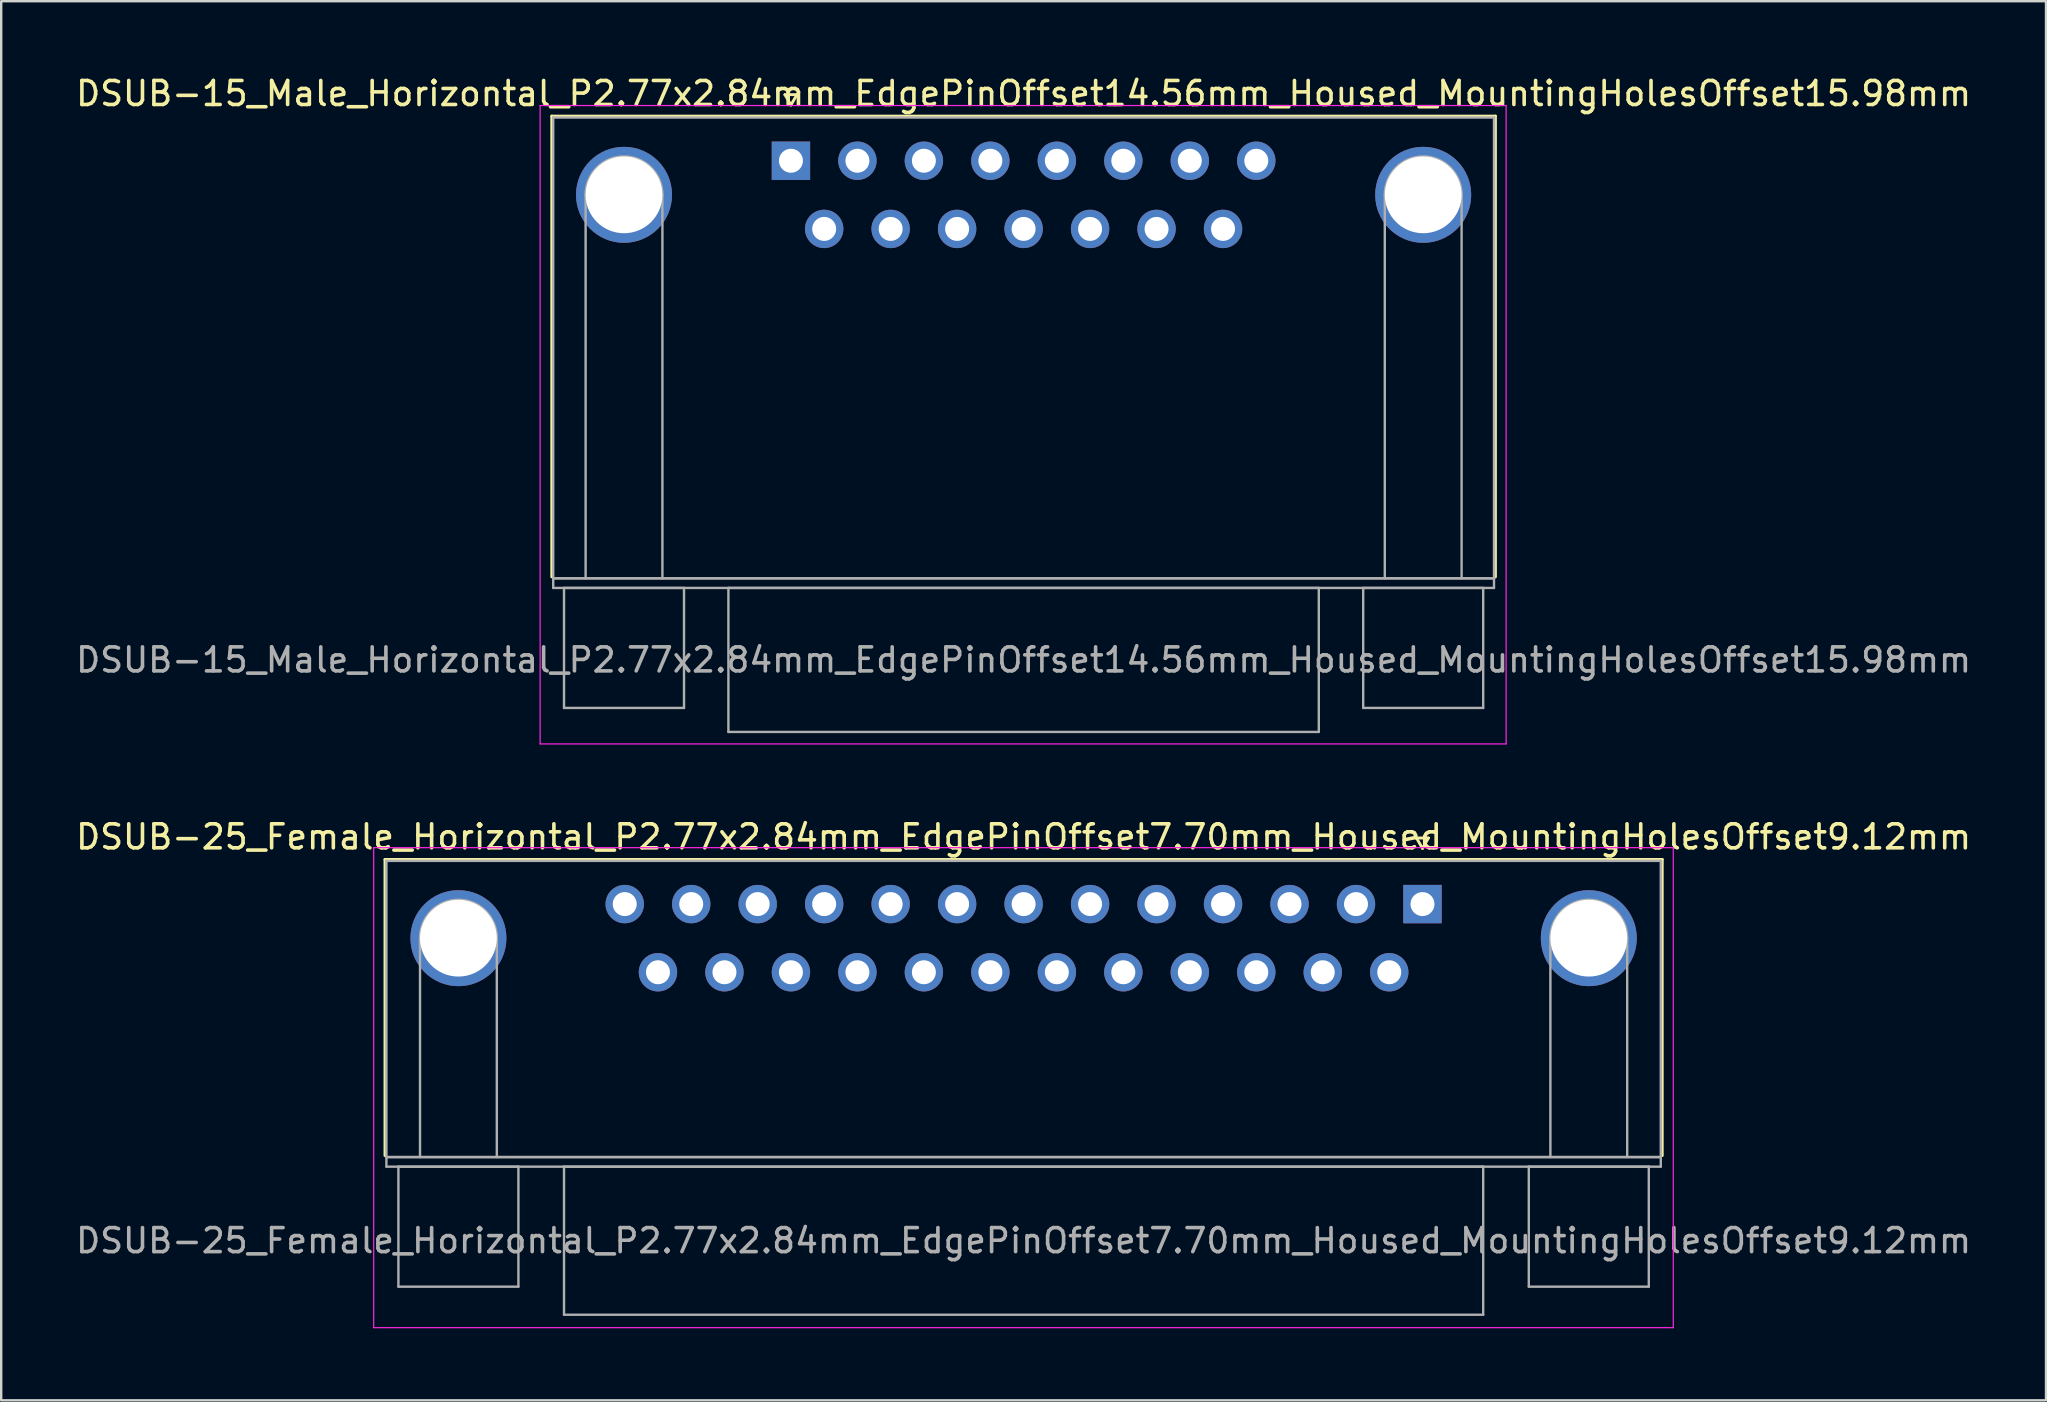
<source format=kicad_pcb>
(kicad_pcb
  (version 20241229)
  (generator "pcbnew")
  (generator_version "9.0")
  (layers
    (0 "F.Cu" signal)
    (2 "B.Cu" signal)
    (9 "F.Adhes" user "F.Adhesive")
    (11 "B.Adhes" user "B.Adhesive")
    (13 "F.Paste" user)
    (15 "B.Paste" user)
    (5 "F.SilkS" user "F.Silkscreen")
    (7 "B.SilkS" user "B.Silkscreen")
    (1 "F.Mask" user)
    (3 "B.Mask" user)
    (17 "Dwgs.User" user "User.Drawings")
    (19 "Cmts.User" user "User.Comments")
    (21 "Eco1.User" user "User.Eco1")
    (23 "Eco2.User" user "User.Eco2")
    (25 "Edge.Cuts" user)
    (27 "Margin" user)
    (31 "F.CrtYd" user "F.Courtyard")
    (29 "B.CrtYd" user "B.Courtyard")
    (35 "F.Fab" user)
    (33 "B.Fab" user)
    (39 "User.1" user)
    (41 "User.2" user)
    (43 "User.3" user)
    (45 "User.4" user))
  (footprint "DSUB-25_Female_Horizontal_P2.77x2.84mm_EdgePinOffset7.70mm_Housed_MountingHolesOffset9.12mm"
    (layer "F.Cu")
    (at 56.221 34.621)
    (property "Reference" "DSUB-25_Female_Horizontal_P2.77x2.84mm_EdgePinOffset7.70mm_Housed_MountingHolesOffset9.12mm" (at -16.62 -2.8 0) (layer "F.SilkS") (effects (font (size 1 1) (thickness 0.15))))
    (attr through_hole)
    (fp_line (start -43.23 -1.86) (end 9.99 -1.86) (stroke (width 0.12) (type solid)) (layer "F.SilkS"))
    (fp_line (start -43.23 10.48) (end -43.23 -1.86) (stroke (width 0.12) (type solid)) (layer "F.SilkS"))
    (fp_line (start -0.25 -2.754) (end 0.25 -2.754) (stroke (width 0.12) (type solid)) (layer "F.SilkS"))
    (fp_line (start 0 -2.321) (end -0.25 -2.754) (stroke (width 0.12) (type solid)) (layer "F.SilkS"))
    (fp_line (start 0.25 -2.754) (end 0 -2.321) (stroke (width 0.12) (type solid)) (layer "F.SilkS"))
    (fp_line (start 9.99 -1.86) (end 9.99 10.48) (stroke (width 0.12) (type solid)) (layer "F.SilkS"))
    (fp_line (start -43.7 -2.35) (end -43.7 17.65) (stroke (width 0.05) (type solid)) (layer "F.CrtYd"))
    (fp_line (start -43.7 17.65) (end 10.45 17.65) (stroke (width 0.05) (type solid)) (layer "F.CrtYd"))
    (fp_line (start 10.45 -2.35) (end -43.7 -2.35) (stroke (width 0.05) (type solid)) (layer "F.CrtYd"))
    (fp_line (start 10.45 17.65) (end 10.45 -2.35) (stroke (width 0.05) (type solid)) (layer "F.CrtYd"))
    (fp_line (start -43.17 -1.8) (end -43.17 10.54) (stroke (width 0.1) (type solid)) (layer "F.Fab"))
    (fp_line (start -43.17 10.54) (end -43.17 10.94) (stroke (width 0.1) (type solid)) (layer "F.Fab"))
    (fp_line (start -43.17 10.54) (end 9.93 10.54) (stroke (width 0.1) (type solid)) (layer "F.Fab"))
    (fp_line (start -43.17 10.94) (end 9.93 10.94) (stroke (width 0.1) (type solid)) (layer "F.Fab"))
    (fp_line (start -42.67 10.94) (end -42.67 15.94) (stroke (width 0.1) (type solid)) (layer "F.Fab"))
    (fp_line (start -42.67 15.94) (end -37.67 15.94) (stroke (width 0.1) (type solid)) (layer "F.Fab"))
    (fp_line (start -41.77 10.54) (end -41.77 1.42) (stroke (width 0.1) (type solid)) (layer "F.Fab"))
    (fp_line (start -38.57 10.54) (end -38.57 1.42) (stroke (width 0.1) (type solid)) (layer "F.Fab"))
    (fp_line (start -37.67 10.94) (end -42.67 10.94) (stroke (width 0.1) (type solid)) (layer "F.Fab"))
    (fp_line (start -37.67 15.94) (end -37.67 10.94) (stroke (width 0.1) (type solid)) (layer "F.Fab"))
    (fp_line (start -35.77 10.94) (end -35.77 17.11) (stroke (width 0.1) (type solid)) (layer "F.Fab"))
    (fp_line (start -35.77 17.11) (end 2.53 17.11) (stroke (width 0.1) (type solid)) (layer "F.Fab"))
    (fp_line (start 2.53 10.94) (end -35.77 10.94) (stroke (width 0.1) (type solid)) (layer "F.Fab"))
    (fp_line (start 2.53 17.11) (end 2.53 10.94) (stroke (width 0.1) (type solid)) (layer "F.Fab"))
    (fp_line (start 4.43 10.94) (end 4.43 15.94) (stroke (width 0.1) (type solid)) (layer "F.Fab"))
    (fp_line (start 4.43 15.94) (end 9.43 15.94) (stroke (width 0.1) (type solid)) (layer "F.Fab"))
    (fp_line (start 5.33 10.54) (end 5.33 1.42) (stroke (width 0.1) (type solid)) (layer "F.Fab"))
    (fp_line (start 8.53 10.54) (end 8.53 1.42) (stroke (width 0.1) (type solid)) (layer "F.Fab"))
    (fp_line (start 9.43 10.94) (end 4.43 10.94) (stroke (width 0.1) (type solid)) (layer "F.Fab"))
    (fp_line (start 9.43 15.94) (end 9.43 10.94) (stroke (width 0.1) (type solid)) (layer "F.Fab"))
    (fp_line (start 9.93 -1.8) (end -43.17 -1.8) (stroke (width 0.1) (type solid)) (layer "F.Fab"))
    (fp_line (start 9.93 10.54) (end -43.17 10.54) (stroke (width 0.1) (type solid)) (layer "F.Fab"))
    (fp_line (start 9.93 10.54) (end 9.93 -1.8) (stroke (width 0.1) (type solid)) (layer "F.Fab"))
    (fp_line (start 9.93 10.94) (end 9.93 10.54) (stroke (width 0.1) (type solid)) (layer "F.Fab"))
    (fp_arc (start -41.77 1.42) (mid -40.17 -0.18) (end -38.57 1.42) (stroke (width 0.1) (type solid)) (layer "F.Fab"))
    (fp_arc (start 5.33 1.42) (mid 6.93 -0.18) (end 8.53 1.42) (stroke (width 0.1) (type solid)) (layer "F.Fab"))
    (fp_text user "${REFERENCE}" (at -16.62 14.025 0) (layer "F.Fab") (effects (font (size 1 1) (thickness 0.15))))
    (pad "0" thru_hole circle (at -40.17 1.42) (size 4 4) (drill 3.2) (layers "*.Cu" "*.Mask"))
    (pad "0" thru_hole circle (at 6.93 1.42) (size 4 4) (drill 3.2) (layers "*.Cu" "*.Mask"))
    (pad "1" thru_hole rect (at 0 0) (size 1.6 1.6) (drill 1) (layers "*.Cu" "*.Mask"))
    (pad "2" thru_hole circle (at -2.77 0) (size 1.6 1.6) (drill 1) (layers "*.Cu" "*.Mask"))
    (pad "3" thru_hole circle (at -5.54 0) (size 1.6 1.6) (drill 1) (layers "*.Cu" "*.Mask"))
    (pad "4" thru_hole circle (at -8.31 0) (size 1.6 1.6) (drill 1) (layers "*.Cu" "*.Mask"))
    (pad "5" thru_hole circle (at -11.08 0) (size 1.6 1.6) (drill 1) (layers "*.Cu" "*.Mask"))
    (pad "6" thru_hole circle (at -13.85 0) (size 1.6 1.6) (drill 1) (layers "*.Cu" "*.Mask"))
    (pad "7" thru_hole circle (at -16.62 0) (size 1.6 1.6) (drill 1) (layers "*.Cu" "*.Mask"))
    (pad "8" thru_hole circle (at -19.39 0) (size 1.6 1.6) (drill 1) (layers "*.Cu" "*.Mask"))
    (pad "9" thru_hole circle (at -22.16 0) (size 1.6 1.6) (drill 1) (layers "*.Cu" "*.Mask"))
    (pad "10" thru_hole circle (at -24.93 0) (size 1.6 1.6) (drill 1) (layers "*.Cu" "*.Mask"))
    (pad "11" thru_hole circle (at -27.7 0) (size 1.6 1.6) (drill 1) (layers "*.Cu" "*.Mask"))
    (pad "12" thru_hole circle (at -30.47 0) (size 1.6 1.6) (drill 1) (layers "*.Cu" "*.Mask"))
    (pad "13" thru_hole circle (at -33.24 0) (size 1.6 1.6) (drill 1) (layers "*.Cu" "*.Mask"))
    (pad "14" thru_hole circle (at -1.385 2.84) (size 1.6 1.6) (drill 1) (layers "*.Cu" "*.Mask"))
    (pad "15" thru_hole circle (at -4.155 2.84) (size 1.6 1.6) (drill 1) (layers "*.Cu" "*.Mask"))
    (pad "16" thru_hole circle (at -6.925 2.84) (size 1.6 1.6) (drill 1) (layers "*.Cu" "*.Mask"))
    (pad "17" thru_hole circle (at -9.695 2.84) (size 1.6 1.6) (drill 1) (layers "*.Cu" "*.Mask"))
    (pad "18" thru_hole circle (at -12.465 2.84) (size 1.6 1.6) (drill 1) (layers "*.Cu" "*.Mask"))
    (pad "19" thru_hole circle (at -15.235 2.84) (size 1.6 1.6) (drill 1) (layers "*.Cu" "*.Mask"))
    (pad "20" thru_hole circle (at -18.005 2.84) (size 1.6 1.6) (drill 1) (layers "*.Cu" "*.Mask"))
    (pad "21" thru_hole circle (at -20.775 2.84) (size 1.6 1.6) (drill 1) (layers "*.Cu" "*.Mask"))
    (pad "22" thru_hole circle (at -23.545 2.84) (size 1.6 1.6) (drill 1) (layers "*.Cu" "*.Mask"))
    (pad "23" thru_hole circle (at -26.315 2.84) (size 1.6 1.6) (drill 1) (layers "*.Cu" "*.Mask"))
    (pad "24" thru_hole circle (at -29.085 2.84) (size 1.6 1.6) (drill 1) (layers "*.Cu" "*.Mask"))
    (pad "25" thru_hole circle (at -31.855 2.84) (size 1.6 1.6) (drill 1) (layers "*.Cu" "*.Mask")))
  (footprint "DSUB-15_Male_Horizontal_P2.77x2.84mm_EdgePinOffset14.56mm_Housed_MountingHolesOffset15.98mm"
    (layer "F.Cu")
    (at 29.906 3.648)
    (property "Reference" "DSUB-15_Male_Horizontal_P2.77x2.84mm_EdgePinOffset14.56mm_Housed_MountingHolesOffset15.98mm" (at 9.695 -2.8 0) (layer "F.SilkS") (effects (font (size 1 1) (thickness 0.15))))
    (attr through_hole)
    (fp_line (start -9.965 -1.86) (end 29.355 -1.86) (stroke (width 0.12) (type solid)) (layer "F.SilkS"))
    (fp_line (start -9.965 17.34) (end -9.965 -1.86) (stroke (width 0.12) (type solid)) (layer "F.SilkS"))
    (fp_line (start -0.25 -2.754) (end 0.25 -2.754) (stroke (width 0.12) (type solid)) (layer "F.SilkS"))
    (fp_line (start 0 -2.321) (end -0.25 -2.754) (stroke (width 0.12) (type solid)) (layer "F.SilkS"))
    (fp_line (start 0.25 -2.754) (end 0 -2.321) (stroke (width 0.12) (type solid)) (layer "F.SilkS"))
    (fp_line (start 29.355 -1.86) (end 29.355 17.34) (stroke (width 0.12) (type solid)) (layer "F.SilkS"))
    (fp_line (start -10.45 -2.3) (end -10.45 24.3) (stroke (width 0.05) (type solid)) (layer "F.CrtYd"))
    (fp_line (start -10.45 24.3) (end 29.8 24.3) (stroke (width 0.05) (type solid)) (layer "F.CrtYd"))
    (fp_line (start 29.8 -2.3) (end -10.45 -2.3) (stroke (width 0.05) (type solid)) (layer "F.CrtYd"))
    (fp_line (start 29.8 24.3) (end 29.8 -2.3) (stroke (width 0.05) (type solid)) (layer "F.CrtYd"))
    (fp_line (start -9.905 -1.8) (end -9.905 17.4) (stroke (width 0.1) (type solid)) (layer "F.Fab"))
    (fp_line (start -9.905 17.4) (end -9.905 17.8) (stroke (width 0.1) (type solid)) (layer "F.Fab"))
    (fp_line (start -9.905 17.4) (end 29.295 17.4) (stroke (width 0.1) (type solid)) (layer "F.Fab"))
    (fp_line (start -9.905 17.8) (end 29.295 17.8) (stroke (width 0.1) (type solid)) (layer "F.Fab"))
    (fp_line (start -9.455 17.8) (end -9.455 22.8) (stroke (width 0.1) (type solid)) (layer "F.Fab"))
    (fp_line (start -9.455 22.8) (end -4.455 22.8) (stroke (width 0.1) (type solid)) (layer "F.Fab"))
    (fp_line (start -8.555 17.4) (end -8.555 1.42) (stroke (width 0.1) (type solid)) (layer "F.Fab"))
    (fp_line (start -5.355 17.4) (end -5.355 1.42) (stroke (width 0.1) (type solid)) (layer "F.Fab"))
    (fp_line (start -4.455 17.8) (end -9.455 17.8) (stroke (width 0.1) (type solid)) (layer "F.Fab"))
    (fp_line (start -4.455 22.8) (end -4.455 17.8) (stroke (width 0.1) (type solid)) (layer "F.Fab"))
    (fp_line (start -2.605 17.8) (end -2.605 23.8) (stroke (width 0.1) (type solid)) (layer "F.Fab"))
    (fp_line (start -2.605 23.8) (end 21.995 23.8) (stroke (width 0.1) (type solid)) (layer "F.Fab"))
    (fp_line (start 21.995 17.8) (end -2.605 17.8) (stroke (width 0.1) (type solid)) (layer "F.Fab"))
    (fp_line (start 21.995 23.8) (end 21.995 17.8) (stroke (width 0.1) (type solid)) (layer "F.Fab"))
    (fp_line (start 23.845 17.8) (end 23.845 22.8) (stroke (width 0.1) (type solid)) (layer "F.Fab"))
    (fp_line (start 23.845 22.8) (end 28.845 22.8) (stroke (width 0.1) (type solid)) (layer "F.Fab"))
    (fp_line (start 24.745 17.4) (end 24.745 1.42) (stroke (width 0.1) (type solid)) (layer "F.Fab"))
    (fp_line (start 27.945 17.4) (end 27.945 1.42) (stroke (width 0.1) (type solid)) (layer "F.Fab"))
    (fp_line (start 28.845 17.8) (end 23.845 17.8) (stroke (width 0.1) (type solid)) (layer "F.Fab"))
    (fp_line (start 28.845 22.8) (end 28.845 17.8) (stroke (width 0.1) (type solid)) (layer "F.Fab"))
    (fp_line (start 29.295 -1.8) (end -9.905 -1.8) (stroke (width 0.1) (type solid)) (layer "F.Fab"))
    (fp_line (start 29.295 17.4) (end -9.905 17.4) (stroke (width 0.1) (type solid)) (layer "F.Fab"))
    (fp_line (start 29.295 17.4) (end 29.295 -1.8) (stroke (width 0.1) (type solid)) (layer "F.Fab"))
    (fp_line (start 29.295 17.8) (end 29.295 17.4) (stroke (width 0.1) (type solid)) (layer "F.Fab"))
    (fp_arc (start -8.555 1.42) (mid -6.955 -0.18) (end -5.355 1.42) (stroke (width 0.1) (type solid)) (layer "F.Fab"))
    (fp_arc (start 24.745 1.42) (mid 26.345 -0.18) (end 27.945 1.42) (stroke (width 0.1) (type solid)) (layer "F.Fab"))
    (fp_text user "${REFERENCE}" (at 9.695 20.8 0) (layer "F.Fab") (effects (font (size 1 1) (thickness 0.15))))
    (pad "0" thru_hole circle (at -6.955 1.42) (size 4 4) (drill 3.2) (layers "*.Cu" "*.Mask"))
    (pad "0" thru_hole circle (at 26.345 1.42) (size 4 4) (drill 3.2) (layers "*.Cu" "*.Mask"))
    (pad "1" thru_hole rect (at 0 0) (size 1.6 1.6) (drill 1) (layers "*.Cu" "*.Mask"))
    (pad "2" thru_hole circle (at 2.77 0) (size 1.6 1.6) (drill 1) (layers "*.Cu" "*.Mask"))
    (pad "3" thru_hole circle (at 5.54 0) (size 1.6 1.6) (drill 1) (layers "*.Cu" "*.Mask"))
    (pad "4" thru_hole circle (at 8.31 0) (size 1.6 1.6) (drill 1) (layers "*.Cu" "*.Mask"))
    (pad "5" thru_hole circle (at 11.08 0) (size 1.6 1.6) (drill 1) (layers "*.Cu" "*.Mask"))
    (pad "6" thru_hole circle (at 13.85 0) (size 1.6 1.6) (drill 1) (layers "*.Cu" "*.Mask"))
    (pad "7" thru_hole circle (at 16.62 0) (size 1.6 1.6) (drill 1) (layers "*.Cu" "*.Mask"))
    (pad "8" thru_hole circle (at 19.39 0) (size 1.6 1.6) (drill 1) (layers "*.Cu" "*.Mask"))
    (pad "9" thru_hole circle (at 1.385 2.84) (size 1.6 1.6) (drill 1) (layers "*.Cu" "*.Mask"))
    (pad "10" thru_hole circle (at 4.155 2.84) (size 1.6 1.6) (drill 1) (layers "*.Cu" "*.Mask"))
    (pad "11" thru_hole circle (at 6.925 2.84) (size 1.6 1.6) (drill 1) (layers "*.Cu" "*.Mask"))
    (pad "12" thru_hole circle (at 9.695 2.84) (size 1.6 1.6) (drill 1) (layers "*.Cu" "*.Mask"))
    (pad "13" thru_hole circle (at 12.465 2.84) (size 1.6 1.6) (drill 1) (layers "*.Cu" "*.Mask"))
    (pad "14" thru_hole circle (at 15.235 2.84) (size 1.6 1.6) (drill 1) (layers "*.Cu" "*.Mask"))
    (pad "15" thru_hole circle (at 18.005 2.84) (size 1.6 1.6) (drill 1) (layers "*.Cu" "*.Mask")))
  (gr_rect
    (start -3 -3)
    (end 82.202 55.297)
    (stroke (width 0.1) (type default))
    (fill no)
    (layer "Edge.Cuts")))
</source>
